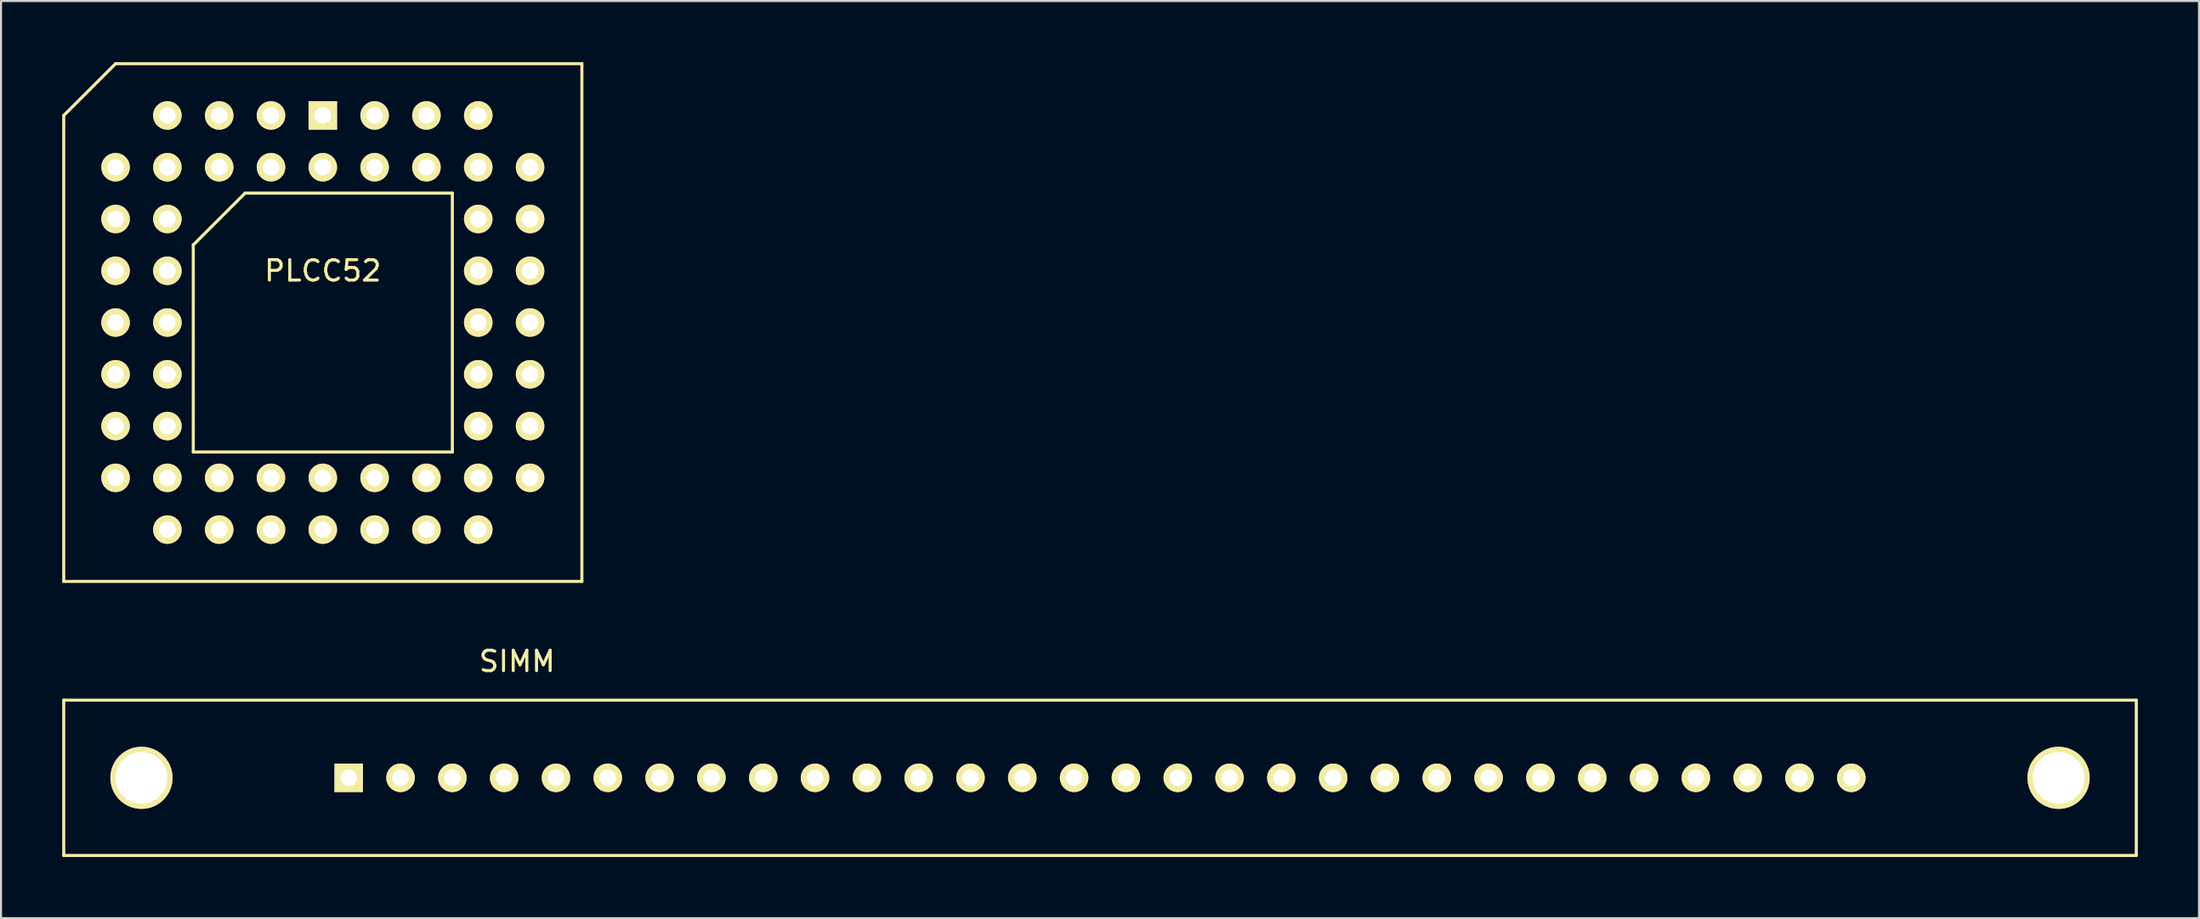
<source format=kicad_pcb>
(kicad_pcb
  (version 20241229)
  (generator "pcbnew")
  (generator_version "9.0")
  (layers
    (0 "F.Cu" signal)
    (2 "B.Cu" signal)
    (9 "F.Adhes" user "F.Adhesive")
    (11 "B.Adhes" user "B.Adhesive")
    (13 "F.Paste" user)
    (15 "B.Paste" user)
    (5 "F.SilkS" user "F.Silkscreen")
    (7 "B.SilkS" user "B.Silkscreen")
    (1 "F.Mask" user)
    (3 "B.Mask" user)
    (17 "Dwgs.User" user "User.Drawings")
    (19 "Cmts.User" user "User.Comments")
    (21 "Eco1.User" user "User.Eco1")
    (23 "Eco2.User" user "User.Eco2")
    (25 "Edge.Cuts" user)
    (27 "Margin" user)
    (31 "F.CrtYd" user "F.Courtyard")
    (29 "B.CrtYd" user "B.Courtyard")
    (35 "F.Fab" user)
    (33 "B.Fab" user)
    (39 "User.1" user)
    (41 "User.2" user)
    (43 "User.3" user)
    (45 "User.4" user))
  (footprint "PLCC52"
    (layer "F.Cu")
    (at 12.775 12.775)
    (property "Reference" "PLCC52" (at 0 -2.54 0) (layer "F.SilkS") (effects (font (size 1 1) (thickness 0.15))))
    (attr through_hole)
    (fp_line (start -12.7 -10.16) (end -10.16 -12.7) (stroke (width 0.15) (type solid)) (layer "F.SilkS"))
    (fp_line (start -12.7 12.7) (end -12.7 -10.16) (stroke (width 0.15) (type solid)) (layer "F.SilkS"))
    (fp_line (start -10.16 -12.7) (end 12.7 -12.7) (stroke (width 0.15) (type solid)) (layer "F.SilkS"))
    (fp_line (start -6.35 -3.81) (end -6.35 6.35) (stroke (width 0.15) (type solid)) (layer "F.SilkS"))
    (fp_line (start -6.35 6.35) (end 6.35 6.35) (stroke (width 0.15) (type solid)) (layer "F.SilkS"))
    (fp_line (start -3.81 -6.35) (end -6.35 -3.81) (stroke (width 0.15) (type solid)) (layer "F.SilkS"))
    (fp_line (start 6.35 -6.35) (end -3.81 -6.35) (stroke (width 0.15) (type solid)) (layer "F.SilkS"))
    (fp_line (start 6.35 6.35) (end 6.35 -6.35) (stroke (width 0.15) (type solid)) (layer "F.SilkS"))
    (fp_line (start 12.7 -12.7) (end 12.7 12.7) (stroke (width 0.15) (type solid)) (layer "F.SilkS"))
    (fp_line (start 12.7 12.7) (end -12.7 12.7) (stroke (width 0.15) (type solid)) (layer "F.SilkS"))
    (pad "1" thru_hole rect (at 0 -10.16) (size 1.397 1.397) (drill 0.813) (layers "*.Cu" "*.Mask" "F.SilkS"))
    (pad "2" thru_hole circle (at 0 -7.62) (size 1.397 1.397) (drill 0.813) (layers "*.Cu" "*.Mask" "F.SilkS"))
    (pad "3" thru_hole circle (at -2.54 -10.16) (size 1.397 1.397) (drill 0.813) (layers "*.Cu" "*.Mask" "F.SilkS"))
    (pad "4" thru_hole circle (at -2.54 -7.62) (size 1.397 1.397) (drill 0.813) (layers "*.Cu" "*.Mask" "F.SilkS"))
    (pad "5" thru_hole circle (at -5.08 -10.16) (size 1.397 1.397) (drill 0.813) (layers "*.Cu" "*.Mask" "F.SilkS"))
    (pad "6" thru_hole circle (at -5.08 -7.62) (size 1.397 1.397) (drill 0.813) (layers "*.Cu" "*.Mask" "F.SilkS"))
    (pad "7" thru_hole circle (at -7.62 -10.16) (size 1.397 1.397) (drill 0.813) (layers "*.Cu" "*.Mask" "F.SilkS"))
    (pad "8" thru_hole circle (at -10.16 -7.62) (size 1.397 1.397) (drill 0.813) (layers "*.Cu" "*.Mask" "F.SilkS"))
    (pad "9" thru_hole circle (at -7.62 -7.62) (size 1.397 1.397) (drill 0.813) (layers "*.Cu" "*.Mask" "F.SilkS"))
    (pad "10" thru_hole circle (at -10.16 -5.08) (size 1.397 1.397) (drill 0.813) (layers "*.Cu" "*.Mask" "F.SilkS"))
    (pad "11" thru_hole circle (at -7.62 -5.08) (size 1.397 1.397) (drill 0.813) (layers "*.Cu" "*.Mask" "F.SilkS"))
    (pad "12" thru_hole circle (at -10.16 -2.54) (size 1.397 1.397) (drill 0.813) (layers "*.Cu" "*.Mask" "F.SilkS"))
    (pad "13" thru_hole circle (at -7.62 -2.54) (size 1.397 1.397) (drill 0.813) (layers "*.Cu" "*.Mask" "F.SilkS"))
    (pad "14" thru_hole circle (at -10.16 0) (size 1.397 1.397) (drill 0.813) (layers "*.Cu" "*.Mask" "F.SilkS"))
    (pad "15" thru_hole circle (at -7.62 0) (size 1.397 1.397) (drill 0.813) (layers "*.Cu" "*.Mask" "F.SilkS"))
    (pad "16" thru_hole circle (at -10.16 2.54) (size 1.397 1.397) (drill 0.813) (layers "*.Cu" "*.Mask" "F.SilkS"))
    (pad "17" thru_hole circle (at -7.62 2.54) (size 1.397 1.397) (drill 0.813) (layers "*.Cu" "*.Mask" "F.SilkS"))
    (pad "18" thru_hole circle (at -10.16 5.08) (size 1.397 1.397) (drill 0.813) (layers "*.Cu" "*.Mask" "F.SilkS"))
    (pad "19" thru_hole circle (at -7.62 5.08) (size 1.397 1.397) (drill 0.813) (layers "*.Cu" "*.Mask" "F.SilkS"))
    (pad "20" thru_hole circle (at -10.16 7.62) (size 1.397 1.397) (drill 0.813) (layers "*.Cu" "*.Mask" "F.SilkS"))
    (pad "21" thru_hole circle (at -7.62 10.16) (size 1.397 1.397) (drill 0.813) (layers "*.Cu" "*.Mask" "F.SilkS"))
    (pad "22" thru_hole circle (at -7.62 7.62) (size 1.397 1.397) (drill 0.813) (layers "*.Cu" "*.Mask" "F.SilkS"))
    (pad "23" thru_hole circle (at -5.08 10.16) (size 1.397 1.397) (drill 0.813) (layers "*.Cu" "*.Mask" "F.SilkS"))
    (pad "24" thru_hole circle (at -5.08 7.62) (size 1.397 1.397) (drill 0.813) (layers "*.Cu" "*.Mask" "F.SilkS"))
    (pad "25" thru_hole circle (at -2.54 10.16) (size 1.397 1.397) (drill 0.813) (layers "*.Cu" "*.Mask" "F.SilkS"))
    (pad "26" thru_hole circle (at -2.54 7.62) (size 1.397 1.397) (drill 0.813) (layers "*.Cu" "*.Mask" "F.SilkS"))
    (pad "27" thru_hole circle (at 0 10.16) (size 1.397 1.397) (drill 0.813) (layers "*.Cu" "*.Mask" "F.SilkS"))
    (pad "28" thru_hole circle (at 0 7.62) (size 1.397 1.397) (drill 0.813) (layers "*.Cu" "*.Mask" "F.SilkS"))
    (pad "29" thru_hole circle (at 2.54 10.16) (size 1.397 1.397) (drill 0.813) (layers "*.Cu" "*.Mask" "F.SilkS"))
    (pad "30" thru_hole circle (at 2.54 7.62) (size 1.397 1.397) (drill 0.813) (layers "*.Cu" "*.Mask" "F.SilkS"))
    (pad "31" thru_hole circle (at 5.08 10.16) (size 1.397 1.397) (drill 0.813) (layers "*.Cu" "*.Mask" "F.SilkS"))
    (pad "32" thru_hole circle (at 5.08 7.62) (size 1.397 1.397) (drill 0.813) (layers "*.Cu" "*.Mask" "F.SilkS"))
    (pad "33" thru_hole circle (at 7.62 10.16) (size 1.397 1.397) (drill 0.813) (layers "*.Cu" "*.Mask" "F.SilkS"))
    (pad "34" thru_hole circle (at 10.16 7.62) (size 1.397 1.397) (drill 0.813) (layers "*.Cu" "*.Mask" "F.SilkS"))
    (pad "35" thru_hole circle (at 7.62 7.62) (size 1.397 1.397) (drill 0.813) (layers "*.Cu" "*.Mask" "F.SilkS"))
    (pad "36" thru_hole circle (at 10.16 5.08) (size 1.397 1.397) (drill 0.813) (layers "*.Cu" "*.Mask" "F.SilkS"))
    (pad "37" thru_hole circle (at 7.62 5.08) (size 1.397 1.397) (drill 0.813) (layers "*.Cu" "*.Mask" "F.SilkS"))
    (pad "38" thru_hole circle (at 10.16 2.54) (size 1.397 1.397) (drill 0.813) (layers "*.Cu" "*.Mask" "F.SilkS"))
    (pad "39" thru_hole circle (at 7.62 2.54) (size 1.397 1.397) (drill 0.813) (layers "*.Cu" "*.Mask" "F.SilkS"))
    (pad "40" thru_hole circle (at 10.16 0) (size 1.397 1.397) (drill 0.813) (layers "*.Cu" "*.Mask" "F.SilkS"))
    (pad "41" thru_hole circle (at 7.62 0) (size 1.397 1.397) (drill 0.813) (layers "*.Cu" "*.Mask" "F.SilkS"))
    (pad "42" thru_hole circle (at 10.16 -2.54) (size 1.397 1.397) (drill 0.813) (layers "*.Cu" "*.Mask" "F.SilkS"))
    (pad "43" thru_hole circle (at 7.62 -2.54) (size 1.397 1.397) (drill 0.813) (layers "*.Cu" "*.Mask" "F.SilkS"))
    (pad "44" thru_hole circle (at 10.16 -5.08) (size 1.397 1.397) (drill 0.813) (layers "*.Cu" "*.Mask" "F.SilkS"))
    (pad "45" thru_hole circle (at 7.62 -5.08) (size 1.397 1.397) (drill 0.813) (layers "*.Cu" "*.Mask" "F.SilkS"))
    (pad "46" thru_hole circle (at 10.16 -7.62) (size 1.397 1.397) (drill 0.813) (layers "*.Cu" "*.Mask" "F.SilkS"))
    (pad "47" thru_hole circle (at 7.62 -10.16) (size 1.397 1.397) (drill 0.813) (layers "*.Cu" "*.Mask" "F.SilkS"))
    (pad "48" thru_hole circle (at 7.62 -7.62) (size 1.397 1.397) (drill 0.813) (layers "*.Cu" "*.Mask" "F.SilkS"))
    (pad "49" thru_hole circle (at 5.08 -10.16) (size 1.397 1.397) (drill 0.813) (layers "*.Cu" "*.Mask" "F.SilkS"))
    (pad "50" thru_hole circle (at 5.08 -7.62) (size 1.397 1.397) (drill 0.813) (layers "*.Cu" "*.Mask" "F.SilkS"))
    (pad "51" thru_hole circle (at 2.54 -10.16) (size 1.397 1.397) (drill 0.813) (layers "*.Cu" "*.Mask" "F.SilkS"))
    (pad "52" thru_hole circle (at 2.54 -7.62) (size 1.397 1.397) (drill 0.813) (layers "*.Cu" "*.Mask" "F.SilkS")))
  (footprint "SIMM"
    (layer "F.Cu")
    (at 50.875 35.113)
    (property "Reference" "SIMM" (at -28.575 -5.715 0) (layer "F.SilkS") (effects (font (size 1 1) (thickness 0.15))))
    (attr through_hole)
    (fp_line (start -50.8 -3.81) (end 50.8 -3.81) (stroke (width 0.15) (type solid)) (layer "F.SilkS"))
    (fp_line (start -50.8 3.81) (end -50.8 -3.81) (stroke (width 0.15) (type solid)) (layer "F.SilkS"))
    (fp_line (start 50.8 -3.81) (end 50.8 3.81) (stroke (width 0.15) (type solid)) (layer "F.SilkS"))
    (fp_line (start 50.8 3.81) (end -50.8 3.81) (stroke (width 0.15) (type solid)) (layer "F.SilkS"))
    (pad "1" thru_hole rect (at -36.83 0) (size 1.397 1.397) (drill 0.813) (layers "*.Cu" "*.Mask" "F.SilkS"))
    (pad "2" thru_hole circle (at -34.29 0) (size 1.397 1.397) (drill 0.813) (layers "*.Cu" "*.Mask" "F.SilkS"))
    (pad "3" thru_hole circle (at -31.75 0) (size 1.397 1.397) (drill 0.813) (layers "*.Cu" "*.Mask" "F.SilkS"))
    (pad "4" thru_hole circle (at -29.21 0) (size 1.397 1.397) (drill 0.813) (layers "*.Cu" "*.Mask" "F.SilkS"))
    (pad "5" thru_hole circle (at -26.67 0) (size 1.397 1.397) (drill 0.813) (layers "*.Cu" "*.Mask" "F.SilkS"))
    (pad "6" thru_hole circle (at -24.13 0) (size 1.397 1.397) (drill 0.813) (layers "*.Cu" "*.Mask" "F.SilkS"))
    (pad "7" thru_hole circle (at -21.59 0) (size 1.397 1.397) (drill 0.813) (layers "*.Cu" "*.Mask" "F.SilkS"))
    (pad "8" thru_hole circle (at -19.05 0) (size 1.397 1.397) (drill 0.813) (layers "*.Cu" "*.Mask" "F.SilkS"))
    (pad "9" thru_hole circle (at -16.51 0) (size 1.397 1.397) (drill 0.813) (layers "*.Cu" "*.Mask" "F.SilkS"))
    (pad "10" thru_hole circle (at -13.97 0) (size 1.397 1.397) (drill 0.813) (layers "*.Cu" "*.Mask" "F.SilkS"))
    (pad "11" thru_hole circle (at -11.43 0) (size 1.397 1.397) (drill 0.813) (layers "*.Cu" "*.Mask" "F.SilkS"))
    (pad "12" thru_hole circle (at -8.89 0) (size 1.397 1.397) (drill 0.813) (layers "*.Cu" "*.Mask" "F.SilkS"))
    (pad "13" thru_hole circle (at -6.35 0) (size 1.397 1.397) (drill 0.813) (layers "*.Cu" "*.Mask" "F.SilkS"))
    (pad "14" thru_hole circle (at -3.81 0) (size 1.397 1.397) (drill 0.813) (layers "*.Cu" "*.Mask" "F.SilkS"))
    (pad "15" thru_hole circle (at -1.27 0) (size 1.397 1.397) (drill 0.813) (layers "*.Cu" "*.Mask" "F.SilkS"))
    (pad "16" thru_hole circle (at 1.27 0) (size 1.397 1.397) (drill 0.813) (layers "*.Cu" "*.Mask" "F.SilkS"))
    (pad "17" thru_hole circle (at 3.81 0) (size 1.397 1.397) (drill 0.813) (layers "*.Cu" "*.Mask" "F.SilkS"))
    (pad "18" thru_hole circle (at 6.35 0) (size 1.397 1.397) (drill 0.813) (layers "*.Cu" "*.Mask" "F.SilkS"))
    (pad "19" thru_hole circle (at 8.89 0) (size 1.397 1.397) (drill 0.813) (layers "*.Cu" "*.Mask" "F.SilkS"))
    (pad "20" thru_hole circle (at 11.43 0) (size 1.397 1.397) (drill 0.813) (layers "*.Cu" "*.Mask" "F.SilkS"))
    (pad "21" thru_hole circle (at 13.97 0) (size 1.397 1.397) (drill 0.813) (layers "*.Cu" "*.Mask" "F.SilkS"))
    (pad "22" thru_hole circle (at 16.51 0) (size 1.397 1.397) (drill 0.813) (layers "*.Cu" "*.Mask" "F.SilkS"))
    (pad "23" thru_hole circle (at 19.05 0) (size 1.397 1.397) (drill 0.813) (layers "*.Cu" "*.Mask" "F.SilkS"))
    (pad "24" thru_hole circle (at 21.59 0) (size 1.397 1.397) (drill 0.813) (layers "*.Cu" "*.Mask" "F.SilkS"))
    (pad "25" thru_hole circle (at 24.13 0) (size 1.397 1.397) (drill 0.813) (layers "*.Cu" "*.Mask" "F.SilkS"))
    (pad "26" thru_hole circle (at 26.67 0) (size 1.397 1.397) (drill 0.813) (layers "*.Cu" "*.Mask" "F.SilkS"))
    (pad "27" thru_hole circle (at 29.21 0) (size 1.397 1.397) (drill 0.813) (layers "*.Cu" "*.Mask" "F.SilkS"))
    (pad "28" thru_hole circle (at 31.75 0) (size 1.397 1.397) (drill 0.813) (layers "*.Cu" "*.Mask" "F.SilkS"))
    (pad "29" thru_hole circle (at 34.29 0) (size 1.397 1.397) (drill 0.813) (layers "*.Cu" "*.Mask" "F.SilkS"))
    (pad "30" thru_hole circle (at 36.83 0) (size 1.397 1.397) (drill 0.813) (layers "*.Cu" "*.Mask" "F.SilkS"))
    (pad "31" thru_hole circle (at 46.99 0) (size 3.048 3.048) (drill 2.54) (layers "*.Cu" "*.Mask" "F.SilkS"))
    (pad "32" thru_hole circle (at -46.99 0) (size 3.048 3.048) (drill 2.54) (layers "*.Cu" "*.Mask" "F.SilkS")))
  (gr_rect
    (start -3 -3)
    (end 104.75 41.998)
    (stroke (width 0.1) (type default))
    (fill no)
    (layer "Edge.Cuts")))
</source>
